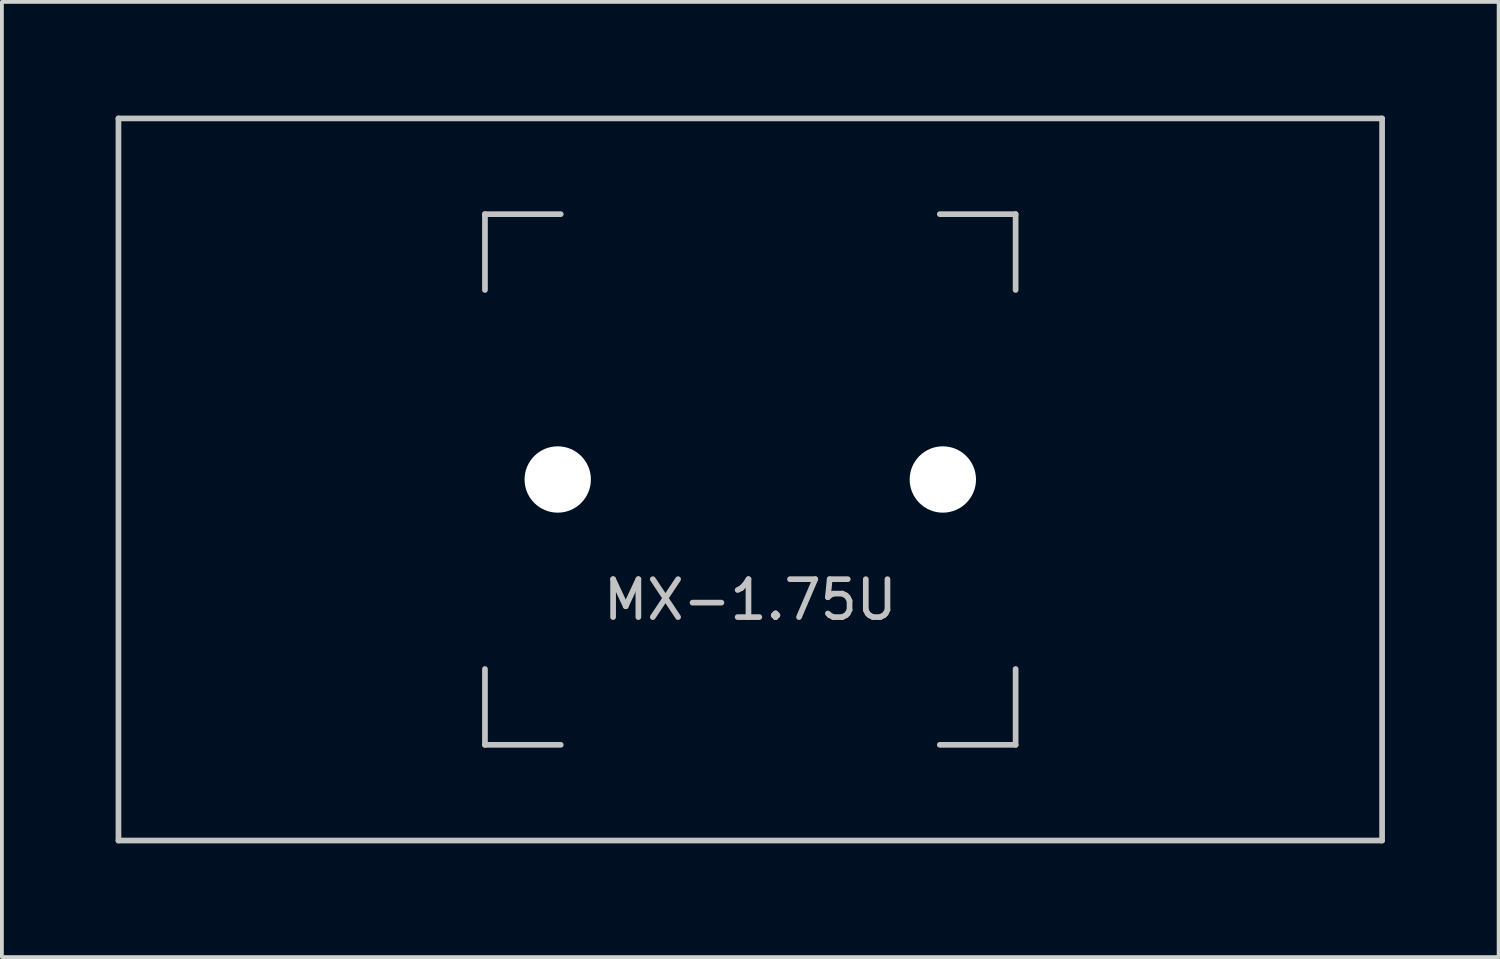
<source format=kicad_pcb>
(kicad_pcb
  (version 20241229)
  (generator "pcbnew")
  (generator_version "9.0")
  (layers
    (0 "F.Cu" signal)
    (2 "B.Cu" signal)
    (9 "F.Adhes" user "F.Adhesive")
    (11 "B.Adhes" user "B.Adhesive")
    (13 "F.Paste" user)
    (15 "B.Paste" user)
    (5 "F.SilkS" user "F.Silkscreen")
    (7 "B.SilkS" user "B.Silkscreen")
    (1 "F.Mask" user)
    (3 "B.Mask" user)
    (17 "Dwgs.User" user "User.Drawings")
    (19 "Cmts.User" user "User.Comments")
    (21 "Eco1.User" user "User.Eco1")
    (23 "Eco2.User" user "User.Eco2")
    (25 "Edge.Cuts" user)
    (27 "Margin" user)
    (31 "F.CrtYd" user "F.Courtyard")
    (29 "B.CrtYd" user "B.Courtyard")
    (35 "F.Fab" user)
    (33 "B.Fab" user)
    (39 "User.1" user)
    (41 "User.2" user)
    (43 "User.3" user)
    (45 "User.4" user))
  (footprint "MX-1.75U"
    (layer "F.Cu")
    (at 16.744 9.6)
    (property "Reference" "MX-1.75U" (at 0 3.175 0) (layer "Dwgs.User") (effects (font (size 1 1) (thickness 0.15))))
    (attr through_hole)
    (fp_line (start -16.669 -9.525) (end 16.669 -9.525) (stroke (width 0.15) (type solid)) (layer "Dwgs.User"))
    (fp_line (start -16.669 9.525) (end -16.669 -9.525) (stroke (width 0.15) (type solid)) (layer "Dwgs.User"))
    (fp_line (start -16.669 9.525) (end 16.669 9.525) (stroke (width 0.15) (type solid)) (layer "Dwgs.User"))
    (fp_line (start -7 -7) (end -7 -5) (stroke (width 0.15) (type solid)) (layer "Dwgs.User"))
    (fp_line (start -7 5) (end -7 7) (stroke (width 0.15) (type solid)) (layer "Dwgs.User"))
    (fp_line (start -7 7) (end -5 7) (stroke (width 0.15) (type solid)) (layer "Dwgs.User"))
    (fp_line (start -5 -7) (end -7 -7) (stroke (width 0.15) (type solid)) (layer "Dwgs.User"))
    (fp_line (start 5 -7) (end 7 -7) (stroke (width 0.15) (type solid)) (layer "Dwgs.User"))
    (fp_line (start 5 7) (end 7 7) (stroke (width 0.15) (type solid)) (layer "Dwgs.User"))
    (fp_line (start 7 -7) (end 7 -5) (stroke (width 0.15) (type solid)) (layer "Dwgs.User"))
    (fp_line (start 7 7) (end 7 5) (stroke (width 0.15) (type solid)) (layer "Dwgs.User"))
    (fp_line (start 16.669 -9.525) (end 16.669 9.525) (stroke (width 0.15) (type solid)) (layer "Dwgs.User"))
    (pad "" np_thru_hole circle (at -5.08 0 48.1) (size 1.75 1.75) (drill 1.75) (layers "*.Cu" "*.Mask"))
    (pad "" np_thru_hole circle (at 5.08 0 48.1) (size 1.75 1.75) (drill 1.75) (layers "*.Cu" "*.Mask")))
  (gr_rect
    (start -3 -3)
    (end 36.487 22.2)
    (stroke (width 0.1) (type default))
    (fill no)
    (layer "Edge.Cuts")))
</source>
